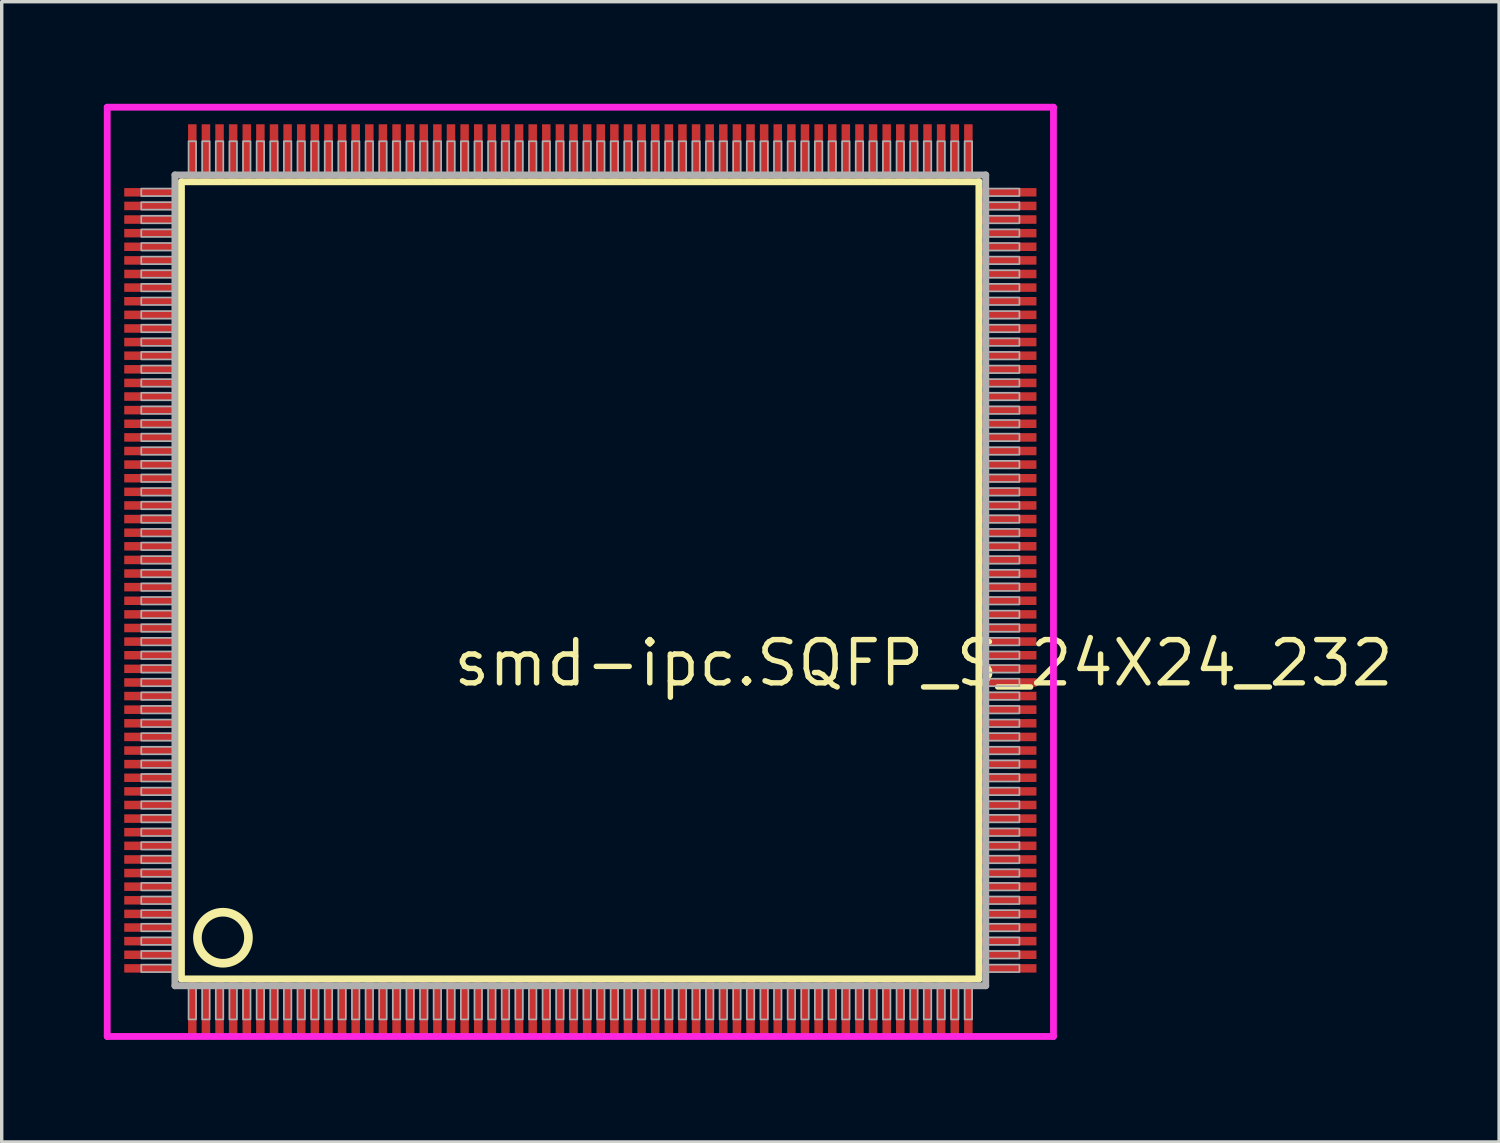
<source format=kicad_pcb>
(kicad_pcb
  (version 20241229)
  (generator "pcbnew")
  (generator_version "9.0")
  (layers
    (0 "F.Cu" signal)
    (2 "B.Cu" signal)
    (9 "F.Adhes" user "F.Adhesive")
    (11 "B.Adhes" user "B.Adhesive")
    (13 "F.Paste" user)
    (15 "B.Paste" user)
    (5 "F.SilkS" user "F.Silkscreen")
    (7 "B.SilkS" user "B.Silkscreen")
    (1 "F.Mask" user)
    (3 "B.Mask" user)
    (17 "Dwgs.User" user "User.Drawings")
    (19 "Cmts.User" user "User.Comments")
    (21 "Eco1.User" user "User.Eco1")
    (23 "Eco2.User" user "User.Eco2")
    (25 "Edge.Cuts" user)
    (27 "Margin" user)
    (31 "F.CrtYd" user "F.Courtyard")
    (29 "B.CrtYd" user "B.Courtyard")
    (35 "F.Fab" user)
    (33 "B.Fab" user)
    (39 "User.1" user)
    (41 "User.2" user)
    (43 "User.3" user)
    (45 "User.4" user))
  (footprint "smd-ipc.SQFP_S_24X24_232"
    (layer "F.Cu")
    (at 14 14)
    (property "Reference" "smd-ipc.SQFP_S_24X24_232" (at -3.81 3.175 0) (layer "F.SilkS") (effects (font (size 1.27 1.27) (thickness 0.16)) (justify left bottom)))
    (attr smd)
    (fp_line (start -11.72 -11.71) (end 11.71 -11.71) (stroke (width 0.203) (type default)) (layer "F.SilkS"))
    (fp_line (start -11.72 11.71) (end -11.72 -11.71) (stroke (width 0.203) (type default)) (layer "F.SilkS"))
    (fp_line (start 11.71 11.71) (end -11.72 11.71) (stroke (width 0.203) (type default)) (layer "F.SilkS"))
    (fp_line (start 11.71 -11.71) (end 11.71 11.71) (stroke (width 0.203) (type default)) (layer "F.SilkS"))
    (fp_circle (center -10.5 10.5) (end -9.75 10.5) (stroke (width 0.254) (type default)) (fill no) (layer "F.SilkS"))
    (fp_line (start -13.9 -13.9) (end 13.9 -13.9) (stroke (width 0.2) (type default)) (layer "F.CrtYd"))
    (fp_line (start -13.9 13.4) (end -13.9 -13.9) (stroke (width 0.2) (type default)) (layer "F.CrtYd"))
    (fp_line (start 13.9 -13.9) (end 13.9 13.4) (stroke (width 0.2) (type default)) (layer "F.CrtYd"))
    (fp_line (start 13.9 13.4) (end -13.9 13.4) (stroke (width 0.2) (type default)) (layer "F.CrtYd"))
    (fp_line (start -11.91 -11.91) (end -11.91 11.91) (stroke (width 0.203) (type default)) (layer "F.Fab"))
    (fp_line (start -11.91 11.91) (end 11.91 11.91) (stroke (width 0.203) (type default)) (layer "F.Fab"))
    (fp_line (start 11.91 -11.91) (end -11.91 -11.91) (stroke (width 0.203) (type default)) (layer "F.Fab"))
    (fp_line (start 11.91 11.91) (end 11.91 -11.91) (stroke (width 0.203) (type default)) (layer "F.Fab"))
    (fp_rect (start -12.9 -11.29) (end -11.95 -11.51) (stroke (width 0.05) (type default)) (fill no) (layer "F.Fab"))
    (fp_rect (start -12.9 -10.89) (end -11.95 -11.11) (stroke (width 0.05) (type default)) (fill no) (layer "F.Fab"))
    (fp_rect (start -12.9 -10.49) (end -11.95 -10.71) (stroke (width 0.05) (type default)) (fill no) (layer "F.Fab"))
    (fp_rect (start -12.9 -10.09) (end -11.95 -10.31) (stroke (width 0.05) (type default)) (fill no) (layer "F.Fab"))
    (fp_rect (start -12.9 -9.69) (end -11.95 -9.91) (stroke (width 0.05) (type default)) (fill no) (layer "F.Fab"))
    (fp_rect (start -12.9 -9.29) (end -11.95 -9.51) (stroke (width 0.05) (type default)) (fill no) (layer "F.Fab"))
    (fp_rect (start -12.9 -8.89) (end -11.95 -9.11) (stroke (width 0.05) (type default)) (fill no) (layer "F.Fab"))
    (fp_rect (start -12.9 -8.49) (end -11.95 -8.71) (stroke (width 0.05) (type default)) (fill no) (layer "F.Fab"))
    (fp_rect (start -12.9 -8.09) (end -11.95 -8.31) (stroke (width 0.05) (type default)) (fill no) (layer "F.Fab"))
    (fp_rect (start -12.9 -7.69) (end -11.95 -7.91) (stroke (width 0.05) (type default)) (fill no) (layer "F.Fab"))
    (fp_rect (start -12.9 -7.29) (end -11.95 -7.51) (stroke (width 0.05) (type default)) (fill no) (layer "F.Fab"))
    (fp_rect (start -12.9 -6.89) (end -11.95 -7.11) (stroke (width 0.05) (type default)) (fill no) (layer "F.Fab"))
    (fp_rect (start -12.9 -6.49) (end -11.95 -6.71) (stroke (width 0.05) (type default)) (fill no) (layer "F.Fab"))
    (fp_rect (start -12.9 -6.09) (end -11.95 -6.31) (stroke (width 0.05) (type default)) (fill no) (layer "F.Fab"))
    (fp_rect (start -12.9 -5.69) (end -11.95 -5.91) (stroke (width 0.05) (type default)) (fill no) (layer "F.Fab"))
    (fp_rect (start -12.9 -5.29) (end -11.95 -5.51) (stroke (width 0.05) (type default)) (fill no) (layer "F.Fab"))
    (fp_rect (start -12.9 -4.89) (end -11.95 -5.11) (stroke (width 0.05) (type default)) (fill no) (layer "F.Fab"))
    (fp_rect (start -12.9 -4.49) (end -11.95 -4.71) (stroke (width 0.05) (type default)) (fill no) (layer "F.Fab"))
    (fp_rect (start -12.9 -4.09) (end -11.95 -4.31) (stroke (width 0.05) (type default)) (fill no) (layer "F.Fab"))
    (fp_rect (start -12.9 -3.69) (end -11.95 -3.91) (stroke (width 0.05) (type default)) (fill no) (layer "F.Fab"))
    (fp_rect (start -12.9 -3.29) (end -11.95 -3.51) (stroke (width 0.05) (type default)) (fill no) (layer "F.Fab"))
    (fp_rect (start -12.9 -2.89) (end -11.95 -3.11) (stroke (width 0.05) (type default)) (fill no) (layer "F.Fab"))
    (fp_rect (start -12.9 -2.49) (end -11.95 -2.71) (stroke (width 0.05) (type default)) (fill no) (layer "F.Fab"))
    (fp_rect (start -12.9 -2.09) (end -11.95 -2.31) (stroke (width 0.05) (type default)) (fill no) (layer "F.Fab"))
    (fp_rect (start -12.9 -1.69) (end -11.95 -1.91) (stroke (width 0.05) (type default)) (fill no) (layer "F.Fab"))
    (fp_rect (start -12.9 -1.29) (end -11.95 -1.51) (stroke (width 0.05) (type default)) (fill no) (layer "F.Fab"))
    (fp_rect (start -12.9 -0.89) (end -11.95 -1.11) (stroke (width 0.05) (type default)) (fill no) (layer "F.Fab"))
    (fp_rect (start -12.9 -0.49) (end -11.95 -0.71) (stroke (width 0.05) (type default)) (fill no) (layer "F.Fab"))
    (fp_rect (start -12.9 -0.09) (end -11.95 -0.31) (stroke (width 0.05) (type default)) (fill no) (layer "F.Fab"))
    (fp_rect (start -12.9 0.31) (end -11.95 0.09) (stroke (width 0.05) (type default)) (fill no) (layer "F.Fab"))
    (fp_rect (start -12.9 0.71) (end -11.95 0.49) (stroke (width 0.05) (type default)) (fill no) (layer "F.Fab"))
    (fp_rect (start -12.9 1.11) (end -11.95 0.89) (stroke (width 0.05) (type default)) (fill no) (layer "F.Fab"))
    (fp_rect (start -12.9 1.51) (end -11.95 1.29) (stroke (width 0.05) (type default)) (fill no) (layer "F.Fab"))
    (fp_rect (start -12.9 1.91) (end -11.95 1.69) (stroke (width 0.05) (type default)) (fill no) (layer "F.Fab"))
    (fp_rect (start -12.9 2.31) (end -11.95 2.09) (stroke (width 0.05) (type default)) (fill no) (layer "F.Fab"))
    (fp_rect (start -12.9 2.71) (end -11.95 2.49) (stroke (width 0.05) (type default)) (fill no) (layer "F.Fab"))
    (fp_rect (start -12.9 3.11) (end -11.95 2.89) (stroke (width 0.05) (type default)) (fill no) (layer "F.Fab"))
    (fp_rect (start -12.9 3.51) (end -11.95 3.29) (stroke (width 0.05) (type default)) (fill no) (layer "F.Fab"))
    (fp_rect (start -12.9 3.91) (end -11.95 3.69) (stroke (width 0.05) (type default)) (fill no) (layer "F.Fab"))
    (fp_rect (start -12.9 4.31) (end -11.95 4.09) (stroke (width 0.05) (type default)) (fill no) (layer "F.Fab"))
    (fp_rect (start -12.9 4.71) (end -11.95 4.49) (stroke (width 0.05) (type default)) (fill no) (layer "F.Fab"))
    (fp_rect (start -12.9 5.11) (end -11.95 4.89) (stroke (width 0.05) (type default)) (fill no) (layer "F.Fab"))
    (fp_rect (start -12.9 5.51) (end -11.95 5.29) (stroke (width 0.05) (type default)) (fill no) (layer "F.Fab"))
    (fp_rect (start -12.9 5.91) (end -11.95 5.69) (stroke (width 0.05) (type default)) (fill no) (layer "F.Fab"))
    (fp_rect (start -12.9 6.31) (end -11.95 6.09) (stroke (width 0.05) (type default)) (fill no) (layer "F.Fab"))
    (fp_rect (start -12.9 6.71) (end -11.95 6.49) (stroke (width 0.05) (type default)) (fill no) (layer "F.Fab"))
    (fp_rect (start -12.9 7.11) (end -11.95 6.89) (stroke (width 0.05) (type default)) (fill no) (layer "F.Fab"))
    (fp_rect (start -12.9 7.51) (end -11.95 7.29) (stroke (width 0.05) (type default)) (fill no) (layer "F.Fab"))
    (fp_rect (start -12.9 7.91) (end -11.95 7.69) (stroke (width 0.05) (type default)) (fill no) (layer "F.Fab"))
    (fp_rect (start -12.9 8.31) (end -11.95 8.09) (stroke (width 0.05) (type default)) (fill no) (layer "F.Fab"))
    (fp_rect (start -12.9 8.71) (end -11.95 8.49) (stroke (width 0.05) (type default)) (fill no) (layer "F.Fab"))
    (fp_rect (start -12.9 9.11) (end -11.95 8.89) (stroke (width 0.05) (type default)) (fill no) (layer "F.Fab"))
    (fp_rect (start -12.9 9.51) (end -11.95 9.29) (stroke (width 0.05) (type default)) (fill no) (layer "F.Fab"))
    (fp_rect (start -12.9 9.91) (end -11.95 9.69) (stroke (width 0.05) (type default)) (fill no) (layer "F.Fab"))
    (fp_rect (start -12.9 10.31) (end -11.95 10.09) (stroke (width 0.05) (type default)) (fill no) (layer "F.Fab"))
    (fp_rect (start -12.9 10.71) (end -11.95 10.49) (stroke (width 0.05) (type default)) (fill no) (layer "F.Fab"))
    (fp_rect (start -12.9 11.11) (end -11.95 10.89) (stroke (width 0.05) (type default)) (fill no) (layer "F.Fab"))
    (fp_rect (start -12.9 11.51) (end -11.95 11.29) (stroke (width 0.05) (type default)) (fill no) (layer "F.Fab"))
    (fp_rect (start -11.51 -11.95) (end -11.29 -12.9) (stroke (width 0.05) (type default)) (fill no) (layer "F.Fab"))
    (fp_rect (start -11.51 12.9) (end -11.29 11.95) (stroke (width 0.05) (type default)) (fill no) (layer "F.Fab"))
    (fp_rect (start -11.11 -11.95) (end -10.89 -12.9) (stroke (width 0.05) (type default)) (fill no) (layer "F.Fab"))
    (fp_rect (start -11.11 12.9) (end -10.89 11.95) (stroke (width 0.05) (type default)) (fill no) (layer "F.Fab"))
    (fp_rect (start -10.71 -11.95) (end -10.49 -12.9) (stroke (width 0.05) (type default)) (fill no) (layer "F.Fab"))
    (fp_rect (start -10.71 12.9) (end -10.49 11.95) (stroke (width 0.05) (type default)) (fill no) (layer "F.Fab"))
    (fp_rect (start -10.31 -11.95) (end -10.09 -12.9) (stroke (width 0.05) (type default)) (fill no) (layer "F.Fab"))
    (fp_rect (start -10.31 12.9) (end -10.09 11.95) (stroke (width 0.05) (type default)) (fill no) (layer "F.Fab"))
    (fp_rect (start -9.91 -11.95) (end -9.69 -12.9) (stroke (width 0.05) (type default)) (fill no) (layer "F.Fab"))
    (fp_rect (start -9.91 12.9) (end -9.69 11.95) (stroke (width 0.05) (type default)) (fill no) (layer "F.Fab"))
    (fp_rect (start -9.51 -11.95) (end -9.29 -12.9) (stroke (width 0.05) (type default)) (fill no) (layer "F.Fab"))
    (fp_rect (start -9.51 12.9) (end -9.29 11.95) (stroke (width 0.05) (type default)) (fill no) (layer "F.Fab"))
    (fp_rect (start -9.11 -11.95) (end -8.89 -12.9) (stroke (width 0.05) (type default)) (fill no) (layer "F.Fab"))
    (fp_rect (start -9.11 12.9) (end -8.89 11.95) (stroke (width 0.05) (type default)) (fill no) (layer "F.Fab"))
    (fp_rect (start -8.71 -11.95) (end -8.49 -12.9) (stroke (width 0.05) (type default)) (fill no) (layer "F.Fab"))
    (fp_rect (start -8.71 12.9) (end -8.49 11.95) (stroke (width 0.05) (type default)) (fill no) (layer "F.Fab"))
    (fp_rect (start -8.31 -11.95) (end -8.09 -12.9) (stroke (width 0.05) (type default)) (fill no) (layer "F.Fab"))
    (fp_rect (start -8.31 12.9) (end -8.09 11.95) (stroke (width 0.05) (type default)) (fill no) (layer "F.Fab"))
    (fp_rect (start -7.91 -11.95) (end -7.69 -12.9) (stroke (width 0.05) (type default)) (fill no) (layer "F.Fab"))
    (fp_rect (start -7.91 12.9) (end -7.69 11.95) (stroke (width 0.05) (type default)) (fill no) (layer "F.Fab"))
    (fp_rect (start -7.51 -11.95) (end -7.29 -12.9) (stroke (width 0.05) (type default)) (fill no) (layer "F.Fab"))
    (fp_rect (start -7.51 12.9) (end -7.29 11.95) (stroke (width 0.05) (type default)) (fill no) (layer "F.Fab"))
    (fp_rect (start -7.11 -11.95) (end -6.89 -12.9) (stroke (width 0.05) (type default)) (fill no) (layer "F.Fab"))
    (fp_rect (start -7.11 12.9) (end -6.89 11.95) (stroke (width 0.05) (type default)) (fill no) (layer "F.Fab"))
    (fp_rect (start -6.71 -11.95) (end -6.49 -12.9) (stroke (width 0.05) (type default)) (fill no) (layer "F.Fab"))
    (fp_rect (start -6.71 12.9) (end -6.49 11.95) (stroke (width 0.05) (type default)) (fill no) (layer "F.Fab"))
    (fp_rect (start -6.31 -11.95) (end -6.09 -12.9) (stroke (width 0.05) (type default)) (fill no) (layer "F.Fab"))
    (fp_rect (start -6.31 12.9) (end -6.09 11.95) (stroke (width 0.05) (type default)) (fill no) (layer "F.Fab"))
    (fp_rect (start -5.91 -11.95) (end -5.69 -12.9) (stroke (width 0.05) (type default)) (fill no) (layer "F.Fab"))
    (fp_rect (start -5.91 12.9) (end -5.69 11.95) (stroke (width 0.05) (type default)) (fill no) (layer "F.Fab"))
    (fp_rect (start -5.51 -11.95) (end -5.29 -12.9) (stroke (width 0.05) (type default)) (fill no) (layer "F.Fab"))
    (fp_rect (start -5.51 12.9) (end -5.29 11.95) (stroke (width 0.05) (type default)) (fill no) (layer "F.Fab"))
    (fp_rect (start -5.11 -11.95) (end -4.89 -12.9) (stroke (width 0.05) (type default)) (fill no) (layer "F.Fab"))
    (fp_rect (start -5.11 12.9) (end -4.89 11.95) (stroke (width 0.05) (type default)) (fill no) (layer "F.Fab"))
    (fp_rect (start -4.71 -11.95) (end -4.49 -12.9) (stroke (width 0.05) (type default)) (fill no) (layer "F.Fab"))
    (fp_rect (start -4.71 12.9) (end -4.49 11.95) (stroke (width 0.05) (type default)) (fill no) (layer "F.Fab"))
    (fp_rect (start -4.31 -11.95) (end -4.09 -12.9) (stroke (width 0.05) (type default)) (fill no) (layer "F.Fab"))
    (fp_rect (start -4.31 12.9) (end -4.09 11.95) (stroke (width 0.05) (type default)) (fill no) (layer "F.Fab"))
    (fp_rect (start -3.91 -11.95) (end -3.69 -12.9) (stroke (width 0.05) (type default)) (fill no) (layer "F.Fab"))
    (fp_rect (start -3.91 12.9) (end -3.69 11.95) (stroke (width 0.05) (type default)) (fill no) (layer "F.Fab"))
    (fp_rect (start -3.51 -11.95) (end -3.29 -12.9) (stroke (width 0.05) (type default)) (fill no) (layer "F.Fab"))
    (fp_rect (start -3.51 12.9) (end -3.29 11.95) (stroke (width 0.05) (type default)) (fill no) (layer "F.Fab"))
    (fp_rect (start -3.11 -11.95) (end -2.89 -12.9) (stroke (width 0.05) (type default)) (fill no) (layer "F.Fab"))
    (fp_rect (start -3.11 12.9) (end -2.89 11.95) (stroke (width 0.05) (type default)) (fill no) (layer "F.Fab"))
    (fp_rect (start -2.71 -11.95) (end -2.49 -12.9) (stroke (width 0.05) (type default)) (fill no) (layer "F.Fab"))
    (fp_rect (start -2.71 12.9) (end -2.49 11.95) (stroke (width 0.05) (type default)) (fill no) (layer "F.Fab"))
    (fp_rect (start -2.31 -11.95) (end -2.09 -12.9) (stroke (width 0.05) (type default)) (fill no) (layer "F.Fab"))
    (fp_rect (start -2.31 12.9) (end -2.09 11.95) (stroke (width 0.05) (type default)) (fill no) (layer "F.Fab"))
    (fp_rect (start -1.91 -11.95) (end -1.69 -12.9) (stroke (width 0.05) (type default)) (fill no) (layer "F.Fab"))
    (fp_rect (start -1.91 12.9) (end -1.69 11.95) (stroke (width 0.05) (type default)) (fill no) (layer "F.Fab"))
    (fp_rect (start -1.51 -11.95) (end -1.29 -12.9) (stroke (width 0.05) (type default)) (fill no) (layer "F.Fab"))
    (fp_rect (start -1.51 12.9) (end -1.29 11.95) (stroke (width 0.05) (type default)) (fill no) (layer "F.Fab"))
    (fp_rect (start -1.11 -11.95) (end -0.89 -12.9) (stroke (width 0.05) (type default)) (fill no) (layer "F.Fab"))
    (fp_rect (start -1.11 12.9) (end -0.89 11.95) (stroke (width 0.05) (type default)) (fill no) (layer "F.Fab"))
    (fp_rect (start -0.71 -11.95) (end -0.49 -12.9) (stroke (width 0.05) (type default)) (fill no) (layer "F.Fab"))
    (fp_rect (start -0.71 12.9) (end -0.49 11.95) (stroke (width 0.05) (type default)) (fill no) (layer "F.Fab"))
    (fp_rect (start -0.31 -11.95) (end -0.09 -12.9) (stroke (width 0.05) (type default)) (fill no) (layer "F.Fab"))
    (fp_rect (start -0.31 12.9) (end -0.09 11.95) (stroke (width 0.05) (type default)) (fill no) (layer "F.Fab"))
    (fp_rect (start 0.09 -11.95) (end 0.31 -12.9) (stroke (width 0.05) (type default)) (fill no) (layer "F.Fab"))
    (fp_rect (start 0.09 12.9) (end 0.31 11.95) (stroke (width 0.05) (type default)) (fill no) (layer "F.Fab"))
    (fp_rect (start 0.49 -11.95) (end 0.71 -12.9) (stroke (width 0.05) (type default)) (fill no) (layer "F.Fab"))
    (fp_rect (start 0.49 12.9) (end 0.71 11.95) (stroke (width 0.05) (type default)) (fill no) (layer "F.Fab"))
    (fp_rect (start 0.89 -11.95) (end 1.11 -12.9) (stroke (width 0.05) (type default)) (fill no) (layer "F.Fab"))
    (fp_rect (start 0.89 12.9) (end 1.11 11.95) (stroke (width 0.05) (type default)) (fill no) (layer "F.Fab"))
    (fp_rect (start 1.29 -11.95) (end 1.51 -12.9) (stroke (width 0.05) (type default)) (fill no) (layer "F.Fab"))
    (fp_rect (start 1.29 12.9) (end 1.51 11.95) (stroke (width 0.05) (type default)) (fill no) (layer "F.Fab"))
    (fp_rect (start 1.69 -11.95) (end 1.91 -12.9) (stroke (width 0.05) (type default)) (fill no) (layer "F.Fab"))
    (fp_rect (start 1.69 12.9) (end 1.91 11.95) (stroke (width 0.05) (type default)) (fill no) (layer "F.Fab"))
    (fp_rect (start 2.09 -11.95) (end 2.31 -12.9) (stroke (width 0.05) (type default)) (fill no) (layer "F.Fab"))
    (fp_rect (start 2.09 12.9) (end 2.31 11.95) (stroke (width 0.05) (type default)) (fill no) (layer "F.Fab"))
    (fp_rect (start 2.49 -11.95) (end 2.71 -12.9) (stroke (width 0.05) (type default)) (fill no) (layer "F.Fab"))
    (fp_rect (start 2.49 12.9) (end 2.71 11.95) (stroke (width 0.05) (type default)) (fill no) (layer "F.Fab"))
    (fp_rect (start 2.89 -11.95) (end 3.11 -12.9) (stroke (width 0.05) (type default)) (fill no) (layer "F.Fab"))
    (fp_rect (start 2.89 12.9) (end 3.11 11.95) (stroke (width 0.05) (type default)) (fill no) (layer "F.Fab"))
    (fp_rect (start 3.29 -11.95) (end 3.51 -12.9) (stroke (width 0.05) (type default)) (fill no) (layer "F.Fab"))
    (fp_rect (start 3.29 12.9) (end 3.51 11.95) (stroke (width 0.05) (type default)) (fill no) (layer "F.Fab"))
    (fp_rect (start 3.69 -11.95) (end 3.91 -12.9) (stroke (width 0.05) (type default)) (fill no) (layer "F.Fab"))
    (fp_rect (start 3.69 12.9) (end 3.91 11.95) (stroke (width 0.05) (type default)) (fill no) (layer "F.Fab"))
    (fp_rect (start 4.09 -11.95) (end 4.31 -12.9) (stroke (width 0.05) (type default)) (fill no) (layer "F.Fab"))
    (fp_rect (start 4.09 12.9) (end 4.31 11.95) (stroke (width 0.05) (type default)) (fill no) (layer "F.Fab"))
    (fp_rect (start 4.49 -11.95) (end 4.71 -12.9) (stroke (width 0.05) (type default)) (fill no) (layer "F.Fab"))
    (fp_rect (start 4.49 12.9) (end 4.71 11.95) (stroke (width 0.05) (type default)) (fill no) (layer "F.Fab"))
    (fp_rect (start 4.89 -11.95) (end 5.11 -12.9) (stroke (width 0.05) (type default)) (fill no) (layer "F.Fab"))
    (fp_rect (start 4.89 12.9) (end 5.11 11.95) (stroke (width 0.05) (type default)) (fill no) (layer "F.Fab"))
    (fp_rect (start 5.29 -11.95) (end 5.51 -12.9) (stroke (width 0.05) (type default)) (fill no) (layer "F.Fab"))
    (fp_rect (start 5.29 12.9) (end 5.51 11.95) (stroke (width 0.05) (type default)) (fill no) (layer "F.Fab"))
    (fp_rect (start 5.69 -11.95) (end 5.91 -12.9) (stroke (width 0.05) (type default)) (fill no) (layer "F.Fab"))
    (fp_rect (start 5.69 12.9) (end 5.91 11.95) (stroke (width 0.05) (type default)) (fill no) (layer "F.Fab"))
    (fp_rect (start 6.09 -11.95) (end 6.31 -12.9) (stroke (width 0.05) (type default)) (fill no) (layer "F.Fab"))
    (fp_rect (start 6.09 12.9) (end 6.31 11.95) (stroke (width 0.05) (type default)) (fill no) (layer "F.Fab"))
    (fp_rect (start 6.49 -11.95) (end 6.71 -12.9) (stroke (width 0.05) (type default)) (fill no) (layer "F.Fab"))
    (fp_rect (start 6.49 12.9) (end 6.71 11.95) (stroke (width 0.05) (type default)) (fill no) (layer "F.Fab"))
    (fp_rect (start 6.89 -11.95) (end 7.11 -12.9) (stroke (width 0.05) (type default)) (fill no) (layer "F.Fab"))
    (fp_rect (start 6.89 12.9) (end 7.11 11.95) (stroke (width 0.05) (type default)) (fill no) (layer "F.Fab"))
    (fp_rect (start 7.29 -11.95) (end 7.51 -12.9) (stroke (width 0.05) (type default)) (fill no) (layer "F.Fab"))
    (fp_rect (start 7.29 12.9) (end 7.51 11.95) (stroke (width 0.05) (type default)) (fill no) (layer "F.Fab"))
    (fp_rect (start 7.69 -11.95) (end 7.91 -12.9) (stroke (width 0.05) (type default)) (fill no) (layer "F.Fab"))
    (fp_rect (start 7.69 12.9) (end 7.91 11.95) (stroke (width 0.05) (type default)) (fill no) (layer "F.Fab"))
    (fp_rect (start 8.09 -11.95) (end 8.31 -12.9) (stroke (width 0.05) (type default)) (fill no) (layer "F.Fab"))
    (fp_rect (start 8.09 12.9) (end 8.31 11.95) (stroke (width 0.05) (type default)) (fill no) (layer "F.Fab"))
    (fp_rect (start 8.49 -11.95) (end 8.71 -12.9) (stroke (width 0.05) (type default)) (fill no) (layer "F.Fab"))
    (fp_rect (start 8.49 12.9) (end 8.71 11.95) (stroke (width 0.05) (type default)) (fill no) (layer "F.Fab"))
    (fp_rect (start 8.89 -11.95) (end 9.11 -12.9) (stroke (width 0.05) (type default)) (fill no) (layer "F.Fab"))
    (fp_rect (start 8.89 12.9) (end 9.11 11.95) (stroke (width 0.05) (type default)) (fill no) (layer "F.Fab"))
    (fp_rect (start 9.29 -11.95) (end 9.51 -12.9) (stroke (width 0.05) (type default)) (fill no) (layer "F.Fab"))
    (fp_rect (start 9.29 12.9) (end 9.51 11.95) (stroke (width 0.05) (type default)) (fill no) (layer "F.Fab"))
    (fp_rect (start 9.69 -11.95) (end 9.91 -12.9) (stroke (width 0.05) (type default)) (fill no) (layer "F.Fab"))
    (fp_rect (start 9.69 12.9) (end 9.91 11.95) (stroke (width 0.05) (type default)) (fill no) (layer "F.Fab"))
    (fp_rect (start 10.09 -11.95) (end 10.31 -12.9) (stroke (width 0.05) (type default)) (fill no) (layer "F.Fab"))
    (fp_rect (start 10.09 12.9) (end 10.31 11.95) (stroke (width 0.05) (type default)) (fill no) (layer "F.Fab"))
    (fp_rect (start 10.49 -11.95) (end 10.71 -12.9) (stroke (width 0.05) (type default)) (fill no) (layer "F.Fab"))
    (fp_rect (start 10.49 12.9) (end 10.71 11.95) (stroke (width 0.05) (type default)) (fill no) (layer "F.Fab"))
    (fp_rect (start 10.89 -11.95) (end 11.11 -12.9) (stroke (width 0.05) (type default)) (fill no) (layer "F.Fab"))
    (fp_rect (start 10.89 12.9) (end 11.11 11.95) (stroke (width 0.05) (type default)) (fill no) (layer "F.Fab"))
    (fp_rect (start 11.29 -11.95) (end 11.51 -12.9) (stroke (width 0.05) (type default)) (fill no) (layer "F.Fab"))
    (fp_rect (start 11.29 12.9) (end 11.51 11.95) (stroke (width 0.05) (type default)) (fill no) (layer "F.Fab"))
    (fp_rect (start 11.95 -11.29) (end 12.9 -11.51) (stroke (width 0.05) (type default)) (fill no) (layer "F.Fab"))
    (fp_rect (start 11.95 -10.89) (end 12.9 -11.11) (stroke (width 0.05) (type default)) (fill no) (layer "F.Fab"))
    (fp_rect (start 11.95 -10.49) (end 12.9 -10.71) (stroke (width 0.05) (type default)) (fill no) (layer "F.Fab"))
    (fp_rect (start 11.95 -10.09) (end 12.9 -10.31) (stroke (width 0.05) (type default)) (fill no) (layer "F.Fab"))
    (fp_rect (start 11.95 -9.69) (end 12.9 -9.91) (stroke (width 0.05) (type default)) (fill no) (layer "F.Fab"))
    (fp_rect (start 11.95 -9.29) (end 12.9 -9.51) (stroke (width 0.05) (type default)) (fill no) (layer "F.Fab"))
    (fp_rect (start 11.95 -8.89) (end 12.9 -9.11) (stroke (width 0.05) (type default)) (fill no) (layer "F.Fab"))
    (fp_rect (start 11.95 -8.49) (end 12.9 -8.71) (stroke (width 0.05) (type default)) (fill no) (layer "F.Fab"))
    (fp_rect (start 11.95 -8.09) (end 12.9 -8.31) (stroke (width 0.05) (type default)) (fill no) (layer "F.Fab"))
    (fp_rect (start 11.95 -7.69) (end 12.9 -7.91) (stroke (width 0.05) (type default)) (fill no) (layer "F.Fab"))
    (fp_rect (start 11.95 -7.29) (end 12.9 -7.51) (stroke (width 0.05) (type default)) (fill no) (layer "F.Fab"))
    (fp_rect (start 11.95 -6.89) (end 12.9 -7.11) (stroke (width 0.05) (type default)) (fill no) (layer "F.Fab"))
    (fp_rect (start 11.95 -6.49) (end 12.9 -6.71) (stroke (width 0.05) (type default)) (fill no) (layer "F.Fab"))
    (fp_rect (start 11.95 -6.09) (end 12.9 -6.31) (stroke (width 0.05) (type default)) (fill no) (layer "F.Fab"))
    (fp_rect (start 11.95 -5.69) (end 12.9 -5.91) (stroke (width 0.05) (type default)) (fill no) (layer "F.Fab"))
    (fp_rect (start 11.95 -5.29) (end 12.9 -5.51) (stroke (width 0.05) (type default)) (fill no) (layer "F.Fab"))
    (fp_rect (start 11.95 -4.89) (end 12.9 -5.11) (stroke (width 0.05) (type default)) (fill no) (layer "F.Fab"))
    (fp_rect (start 11.95 -4.49) (end 12.9 -4.71) (stroke (width 0.05) (type default)) (fill no) (layer "F.Fab"))
    (fp_rect (start 11.95 -4.09) (end 12.9 -4.31) (stroke (width 0.05) (type default)) (fill no) (layer "F.Fab"))
    (fp_rect (start 11.95 -3.69) (end 12.9 -3.91) (stroke (width 0.05) (type default)) (fill no) (layer "F.Fab"))
    (fp_rect (start 11.95 -3.29) (end 12.9 -3.51) (stroke (width 0.05) (type default)) (fill no) (layer "F.Fab"))
    (fp_rect (start 11.95 -2.89) (end 12.9 -3.11) (stroke (width 0.05) (type default)) (fill no) (layer "F.Fab"))
    (fp_rect (start 11.95 -2.49) (end 12.9 -2.71) (stroke (width 0.05) (type default)) (fill no) (layer "F.Fab"))
    (fp_rect (start 11.95 -2.09) (end 12.9 -2.31) (stroke (width 0.05) (type default)) (fill no) (layer "F.Fab"))
    (fp_rect (start 11.95 -1.69) (end 12.9 -1.91) (stroke (width 0.05) (type default)) (fill no) (layer "F.Fab"))
    (fp_rect (start 11.95 -1.29) (end 12.9 -1.51) (stroke (width 0.05) (type default)) (fill no) (layer "F.Fab"))
    (fp_rect (start 11.95 -0.89) (end 12.9 -1.11) (stroke (width 0.05) (type default)) (fill no) (layer "F.Fab"))
    (fp_rect (start 11.95 -0.49) (end 12.9 -0.71) (stroke (width 0.05) (type default)) (fill no) (layer "F.Fab"))
    (fp_rect (start 11.95 -0.09) (end 12.9 -0.31) (stroke (width 0.05) (type default)) (fill no) (layer "F.Fab"))
    (fp_rect (start 11.95 0.31) (end 12.9 0.09) (stroke (width 0.05) (type default)) (fill no) (layer "F.Fab"))
    (fp_rect (start 11.95 0.71) (end 12.9 0.49) (stroke (width 0.05) (type default)) (fill no) (layer "F.Fab"))
    (fp_rect (start 11.95 1.11) (end 12.9 0.89) (stroke (width 0.05) (type default)) (fill no) (layer "F.Fab"))
    (fp_rect (start 11.95 1.51) (end 12.9 1.29) (stroke (width 0.05) (type default)) (fill no) (layer "F.Fab"))
    (fp_rect (start 11.95 1.91) (end 12.9 1.69) (stroke (width 0.05) (type default)) (fill no) (layer "F.Fab"))
    (fp_rect (start 11.95 2.31) (end 12.9 2.09) (stroke (width 0.05) (type default)) (fill no) (layer "F.Fab"))
    (fp_rect (start 11.95 2.71) (end 12.9 2.49) (stroke (width 0.05) (type default)) (fill no) (layer "F.Fab"))
    (fp_rect (start 11.95 3.11) (end 12.9 2.89) (stroke (width 0.05) (type default)) (fill no) (layer "F.Fab"))
    (fp_rect (start 11.95 3.51) (end 12.9 3.29) (stroke (width 0.05) (type default)) (fill no) (layer "F.Fab"))
    (fp_rect (start 11.95 3.91) (end 12.9 3.69) (stroke (width 0.05) (type default)) (fill no) (layer "F.Fab"))
    (fp_rect (start 11.95 4.31) (end 12.9 4.09) (stroke (width 0.05) (type default)) (fill no) (layer "F.Fab"))
    (fp_rect (start 11.95 4.71) (end 12.9 4.49) (stroke (width 0.05) (type default)) (fill no) (layer "F.Fab"))
    (fp_rect (start 11.95 5.11) (end 12.9 4.89) (stroke (width 0.05) (type default)) (fill no) (layer "F.Fab"))
    (fp_rect (start 11.95 5.51) (end 12.9 5.29) (stroke (width 0.05) (type default)) (fill no) (layer "F.Fab"))
    (fp_rect (start 11.95 5.91) (end 12.9 5.69) (stroke (width 0.05) (type default)) (fill no) (layer "F.Fab"))
    (fp_rect (start 11.95 6.31) (end 12.9 6.09) (stroke (width 0.05) (type default)) (fill no) (layer "F.Fab"))
    (fp_rect (start 11.95 6.71) (end 12.9 6.49) (stroke (width 0.05) (type default)) (fill no) (layer "F.Fab"))
    (fp_rect (start 11.95 7.11) (end 12.9 6.89) (stroke (width 0.05) (type default)) (fill no) (layer "F.Fab"))
    (fp_rect (start 11.95 7.51) (end 12.9 7.29) (stroke (width 0.05) (type default)) (fill no) (layer "F.Fab"))
    (fp_rect (start 11.95 7.91) (end 12.9 7.69) (stroke (width 0.05) (type default)) (fill no) (layer "F.Fab"))
    (fp_rect (start 11.95 8.31) (end 12.9 8.09) (stroke (width 0.05) (type default)) (fill no) (layer "F.Fab"))
    (fp_rect (start 11.95 8.71) (end 12.9 8.49) (stroke (width 0.05) (type default)) (fill no) (layer "F.Fab"))
    (fp_rect (start 11.95 9.11) (end 12.9 8.89) (stroke (width 0.05) (type default)) (fill no) (layer "F.Fab"))
    (fp_rect (start 11.95 9.51) (end 12.9 9.29) (stroke (width 0.05) (type default)) (fill no) (layer "F.Fab"))
    (fp_rect (start 11.95 9.91) (end 12.9 9.69) (stroke (width 0.05) (type default)) (fill no) (layer "F.Fab"))
    (fp_rect (start 11.95 10.31) (end 12.9 10.09) (stroke (width 0.05) (type default)) (fill no) (layer "F.Fab"))
    (fp_rect (start 11.95 10.71) (end 12.9 10.49) (stroke (width 0.05) (type default)) (fill no) (layer "F.Fab"))
    (fp_rect (start 11.95 11.11) (end 12.9 10.89) (stroke (width 0.05) (type default)) (fill no) (layer "F.Fab"))
    (fp_rect (start 11.95 11.51) (end 12.9 11.29) (stroke (width 0.05) (type default)) (fill no) (layer "F.Fab"))
    (pad "1" smd roundrect (at -11.4 12.6) (size 0.25 1.6) (layers "F.Cu" "F.Mask" "F.Paste") (roundrect_rratio 0.01))
    (pad "2" smd roundrect (at -11 12.6) (size 0.25 1.6) (layers "F.Cu" "F.Mask" "F.Paste") (roundrect_rratio 0.01))
    (pad "3" smd roundrect (at -10.6 12.6) (size 0.25 1.6) (layers "F.Cu" "F.Mask" "F.Paste") (roundrect_rratio 0.01))
    (pad "4" smd roundrect (at -10.2 12.6) (size 0.25 1.6) (layers "F.Cu" "F.Mask" "F.Paste") (roundrect_rratio 0.01))
    (pad "5" smd roundrect (at -9.8 12.6) (size 0.25 1.6) (layers "F.Cu" "F.Mask" "F.Paste") (roundrect_rratio 0.01))
    (pad "6" smd roundrect (at -9.4 12.6) (size 0.25 1.6) (layers "F.Cu" "F.Mask" "F.Paste") (roundrect_rratio 0.01))
    (pad "7" smd roundrect (at -9 12.6) (size 0.25 1.6) (layers "F.Cu" "F.Mask" "F.Paste") (roundrect_rratio 0.01))
    (pad "8" smd roundrect (at -8.6 12.6) (size 0.25 1.6) (layers "F.Cu" "F.Mask" "F.Paste") (roundrect_rratio 0.01))
    (pad "9" smd roundrect (at -8.2 12.6) (size 0.25 1.6) (layers "F.Cu" "F.Mask" "F.Paste") (roundrect_rratio 0.01))
    (pad "10" smd roundrect (at -7.8 12.6) (size 0.25 1.6) (layers "F.Cu" "F.Mask" "F.Paste") (roundrect_rratio 0.01))
    (pad "11" smd roundrect (at -7.4 12.6) (size 0.25 1.6) (layers "F.Cu" "F.Mask" "F.Paste") (roundrect_rratio 0.01))
    (pad "12" smd roundrect (at -7 12.6) (size 0.25 1.6) (layers "F.Cu" "F.Mask" "F.Paste") (roundrect_rratio 0.01))
    (pad "13" smd roundrect (at -6.6 12.6) (size 0.25 1.6) (layers "F.Cu" "F.Mask" "F.Paste") (roundrect_rratio 0.01))
    (pad "14" smd roundrect (at -6.2 12.6) (size 0.25 1.6) (layers "F.Cu" "F.Mask" "F.Paste") (roundrect_rratio 0.01))
    (pad "15" smd roundrect (at -5.8 12.6) (size 0.25 1.6) (layers "F.Cu" "F.Mask" "F.Paste") (roundrect_rratio 0.01))
    (pad "16" smd roundrect (at -5.4 12.6) (size 0.25 1.6) (layers "F.Cu" "F.Mask" "F.Paste") (roundrect_rratio 0.01))
    (pad "17" smd roundrect (at -5 12.6) (size 0.25 1.6) (layers "F.Cu" "F.Mask" "F.Paste") (roundrect_rratio 0.01))
    (pad "18" smd roundrect (at -4.6 12.6) (size 0.25 1.6) (layers "F.Cu" "F.Mask" "F.Paste") (roundrect_rratio 0.01))
    (pad "19" smd roundrect (at -4.2 12.6) (size 0.25 1.6) (layers "F.Cu" "F.Mask" "F.Paste") (roundrect_rratio 0.01))
    (pad "20" smd roundrect (at -3.8 12.6) (size 0.25 1.6) (layers "F.Cu" "F.Mask" "F.Paste") (roundrect_rratio 0.01))
    (pad "21" smd roundrect (at -3.4 12.6) (size 0.25 1.6) (layers "F.Cu" "F.Mask" "F.Paste") (roundrect_rratio 0.01))
    (pad "22" smd roundrect (at -3 12.6) (size 0.25 1.6) (layers "F.Cu" "F.Mask" "F.Paste") (roundrect_rratio 0.01))
    (pad "23" smd roundrect (at -2.6 12.6) (size 0.25 1.6) (layers "F.Cu" "F.Mask" "F.Paste") (roundrect_rratio 0.01))
    (pad "24" smd roundrect (at -2.2 12.6) (size 0.25 1.6) (layers "F.Cu" "F.Mask" "F.Paste") (roundrect_rratio 0.01))
    (pad "25" smd roundrect (at -1.8 12.6) (size 0.25 1.6) (layers "F.Cu" "F.Mask" "F.Paste") (roundrect_rratio 0.01))
    (pad "26" smd roundrect (at -1.4 12.6) (size 0.25 1.6) (layers "F.Cu" "F.Mask" "F.Paste") (roundrect_rratio 0.01))
    (pad "27" smd roundrect (at -1 12.6) (size 0.25 1.6) (layers "F.Cu" "F.Mask" "F.Paste") (roundrect_rratio 0.01))
    (pad "28" smd roundrect (at -0.6 12.6) (size 0.25 1.6) (layers "F.Cu" "F.Mask" "F.Paste") (roundrect_rratio 0.01))
    (pad "29" smd roundrect (at -0.2 12.6) (size 0.25 1.6) (layers "F.Cu" "F.Mask" "F.Paste") (roundrect_rratio 0.01))
    (pad "30" smd roundrect (at 0.2 12.6) (size 0.25 1.6) (layers "F.Cu" "F.Mask" "F.Paste") (roundrect_rratio 0.01))
    (pad "31" smd roundrect (at 0.6 12.6) (size 0.25 1.6) (layers "F.Cu" "F.Mask" "F.Paste") (roundrect_rratio 0.01))
    (pad "32" smd roundrect (at 1 12.6) (size 0.25 1.6) (layers "F.Cu" "F.Mask" "F.Paste") (roundrect_rratio 0.01))
    (pad "33" smd roundrect (at 1.4 12.6) (size 0.25 1.6) (layers "F.Cu" "F.Mask" "F.Paste") (roundrect_rratio 0.01))
    (pad "34" smd roundrect (at 1.8 12.6) (size 0.25 1.6) (layers "F.Cu" "F.Mask" "F.Paste") (roundrect_rratio 0.01))
    (pad "35" smd roundrect (at 2.2 12.6) (size 0.25 1.6) (layers "F.Cu" "F.Mask" "F.Paste") (roundrect_rratio 0.01))
    (pad "36" smd roundrect (at 2.6 12.6) (size 0.25 1.6) (layers "F.Cu" "F.Mask" "F.Paste") (roundrect_rratio 0.01))
    (pad "37" smd roundrect (at 3 12.6) (size 0.25 1.6) (layers "F.Cu" "F.Mask" "F.Paste") (roundrect_rratio 0.01))
    (pad "38" smd roundrect (at 3.4 12.6) (size 0.25 1.6) (layers "F.Cu" "F.Mask" "F.Paste") (roundrect_rratio 0.01))
    (pad "39" smd roundrect (at 3.8 12.6) (size 0.25 1.6) (layers "F.Cu" "F.Mask" "F.Paste") (roundrect_rratio 0.01))
    (pad "40" smd roundrect (at 4.2 12.6) (size 0.25 1.6) (layers "F.Cu" "F.Mask" "F.Paste") (roundrect_rratio 0.01))
    (pad "41" smd roundrect (at 4.6 12.6) (size 0.25 1.6) (layers "F.Cu" "F.Mask" "F.Paste") (roundrect_rratio 0.01))
    (pad "42" smd roundrect (at 5 12.6) (size 0.25 1.6) (layers "F.Cu" "F.Mask" "F.Paste") (roundrect_rratio 0.01))
    (pad "43" smd roundrect (at 5.4 12.6) (size 0.25 1.6) (layers "F.Cu" "F.Mask" "F.Paste") (roundrect_rratio 0.01))
    (pad "44" smd roundrect (at 5.8 12.6) (size 0.25 1.6) (layers "F.Cu" "F.Mask" "F.Paste") (roundrect_rratio 0.01))
    (pad "45" smd roundrect (at 6.2 12.6) (size 0.25 1.6) (layers "F.Cu" "F.Mask" "F.Paste") (roundrect_rratio 0.01))
    (pad "46" smd roundrect (at 6.6 12.6) (size 0.25 1.6) (layers "F.Cu" "F.Mask" "F.Paste") (roundrect_rratio 0.01))
    (pad "47" smd roundrect (at 7 12.6) (size 0.25 1.6) (layers "F.Cu" "F.Mask" "F.Paste") (roundrect_rratio 0.01))
    (pad "48" smd roundrect (at 7.4 12.6) (size 0.25 1.6) (layers "F.Cu" "F.Mask" "F.Paste") (roundrect_rratio 0.01))
    (pad "49" smd roundrect (at 7.8 12.6) (size 0.25 1.6) (layers "F.Cu" "F.Mask" "F.Paste") (roundrect_rratio 0.01))
    (pad "50" smd roundrect (at 8.2 12.6) (size 0.25 1.6) (layers "F.Cu" "F.Mask" "F.Paste") (roundrect_rratio 0.01))
    (pad "51" smd roundrect (at 8.6 12.6) (size 0.25 1.6) (layers "F.Cu" "F.Mask" "F.Paste") (roundrect_rratio 0.01))
    (pad "52" smd roundrect (at 9 12.6) (size 0.25 1.6) (layers "F.Cu" "F.Mask" "F.Paste") (roundrect_rratio 0.01))
    (pad "53" smd roundrect (at 9.4 12.6) (size 0.25 1.6) (layers "F.Cu" "F.Mask" "F.Paste") (roundrect_rratio 0.01))
    (pad "54" smd roundrect (at 9.8 12.6) (size 0.25 1.6) (layers "F.Cu" "F.Mask" "F.Paste") (roundrect_rratio 0.01))
    (pad "55" smd roundrect (at 10.2 12.6) (size 0.25 1.6) (layers "F.Cu" "F.Mask" "F.Paste") (roundrect_rratio 0.01))
    (pad "56" smd roundrect (at 10.6 12.6) (size 0.25 1.6) (layers "F.Cu" "F.Mask" "F.Paste") (roundrect_rratio 0.01))
    (pad "57" smd roundrect (at 11 12.6) (size 0.25 1.6) (layers "F.Cu" "F.Mask" "F.Paste") (roundrect_rratio 0.01))
    (pad "58" smd roundrect (at 11.4 12.6) (size 0.25 1.6) (layers "F.Cu" "F.Mask" "F.Paste") (roundrect_rratio 0.01))
    (pad "59" smd roundrect (at 12.6 11.4) (size 1.6 0.25) (layers "F.Cu" "F.Mask" "F.Paste") (roundrect_rratio 0.01))
    (pad "60" smd roundrect (at 12.6 11) (size 1.6 0.25) (layers "F.Cu" "F.Mask" "F.Paste") (roundrect_rratio 0.01))
    (pad "61" smd roundrect (at 12.6 10.6) (size 1.6 0.25) (layers "F.Cu" "F.Mask" "F.Paste") (roundrect_rratio 0.01))
    (pad "62" smd roundrect (at 12.6 10.2) (size 1.6 0.25) (layers "F.Cu" "F.Mask" "F.Paste") (roundrect_rratio 0.01))
    (pad "63" smd roundrect (at 12.6 9.8) (size 1.6 0.25) (layers "F.Cu" "F.Mask" "F.Paste") (roundrect_rratio 0.01))
    (pad "64" smd roundrect (at 12.6 9.4) (size 1.6 0.25) (layers "F.Cu" "F.Mask" "F.Paste") (roundrect_rratio 0.01))
    (pad "65" smd roundrect (at 12.6 9) (size 1.6 0.25) (layers "F.Cu" "F.Mask" "F.Paste") (roundrect_rratio 0.01))
    (pad "66" smd roundrect (at 12.6 8.6) (size 1.6 0.25) (layers "F.Cu" "F.Mask" "F.Paste") (roundrect_rratio 0.01))
    (pad "67" smd roundrect (at 12.6 8.2) (size 1.6 0.25) (layers "F.Cu" "F.Mask" "F.Paste") (roundrect_rratio 0.01))
    (pad "68" smd roundrect (at 12.6 7.8) (size 1.6 0.25) (layers "F.Cu" "F.Mask" "F.Paste") (roundrect_rratio 0.01))
    (pad "69" smd roundrect (at 12.6 7.4) (size 1.6 0.25) (layers "F.Cu" "F.Mask" "F.Paste") (roundrect_rratio 0.01))
    (pad "70" smd roundrect (at 12.6 7) (size 1.6 0.25) (layers "F.Cu" "F.Mask" "F.Paste") (roundrect_rratio 0.01))
    (pad "71" smd roundrect (at 12.6 6.6) (size 1.6 0.25) (layers "F.Cu" "F.Mask" "F.Paste") (roundrect_rratio 0.01))
    (pad "72" smd roundrect (at 12.6 6.2) (size 1.6 0.25) (layers "F.Cu" "F.Mask" "F.Paste") (roundrect_rratio 0.01))
    (pad "73" smd roundrect (at 12.6 5.8) (size 1.6 0.25) (layers "F.Cu" "F.Mask" "F.Paste") (roundrect_rratio 0.01))
    (pad "74" smd roundrect (at 12.6 5.4) (size 1.6 0.25) (layers "F.Cu" "F.Mask" "F.Paste") (roundrect_rratio 0.01))
    (pad "75" smd roundrect (at 12.6 5) (size 1.6 0.25) (layers "F.Cu" "F.Mask" "F.Paste") (roundrect_rratio 0.01))
    (pad "76" smd roundrect (at 12.6 4.6) (size 1.6 0.25) (layers "F.Cu" "F.Mask" "F.Paste") (roundrect_rratio 0.01))
    (pad "77" smd roundrect (at 12.6 4.2) (size 1.6 0.25) (layers "F.Cu" "F.Mask" "F.Paste") (roundrect_rratio 0.01))
    (pad "78" smd roundrect (at 12.6 3.8) (size 1.6 0.25) (layers "F.Cu" "F.Mask" "F.Paste") (roundrect_rratio 0.01))
    (pad "79" smd roundrect (at 12.6 3.4) (size 1.6 0.25) (layers "F.Cu" "F.Mask" "F.Paste") (roundrect_rratio 0.01))
    (pad "80" smd roundrect (at 12.6 3) (size 1.6 0.25) (layers "F.Cu" "F.Mask" "F.Paste") (roundrect_rratio 0.01))
    (pad "81" smd roundrect (at 12.6 2.6) (size 1.6 0.25) (layers "F.Cu" "F.Mask" "F.Paste") (roundrect_rratio 0.01))
    (pad "82" smd roundrect (at 12.6 2.2) (size 1.6 0.25) (layers "F.Cu" "F.Mask" "F.Paste") (roundrect_rratio 0.01))
    (pad "83" smd roundrect (at 12.6 1.8) (size 1.6 0.25) (layers "F.Cu" "F.Mask" "F.Paste") (roundrect_rratio 0.01))
    (pad "84" smd roundrect (at 12.6 1.4) (size 1.6 0.25) (layers "F.Cu" "F.Mask" "F.Paste") (roundrect_rratio 0.01))
    (pad "85" smd roundrect (at 12.6 1) (size 1.6 0.25) (layers "F.Cu" "F.Mask" "F.Paste") (roundrect_rratio 0.01))
    (pad "86" smd roundrect (at 12.6 0.6) (size 1.6 0.25) (layers "F.Cu" "F.Mask" "F.Paste") (roundrect_rratio 0.01))
    (pad "87" smd roundrect (at 12.6 0.2) (size 1.6 0.25) (layers "F.Cu" "F.Mask" "F.Paste") (roundrect_rratio 0.01))
    (pad "88" smd roundrect (at 12.6 -0.2) (size 1.6 0.25) (layers "F.Cu" "F.Mask" "F.Paste") (roundrect_rratio 0.01))
    (pad "89" smd roundrect (at 12.6 -0.6) (size 1.6 0.25) (layers "F.Cu" "F.Mask" "F.Paste") (roundrect_rratio 0.01))
    (pad "90" smd roundrect (at 12.6 -1) (size 1.6 0.25) (layers "F.Cu" "F.Mask" "F.Paste") (roundrect_rratio 0.01))
    (pad "91" smd roundrect (at 12.6 -1.4) (size 1.6 0.25) (layers "F.Cu" "F.Mask" "F.Paste") (roundrect_rratio 0.01))
    (pad "92" smd roundrect (at 12.6 -1.8) (size 1.6 0.25) (layers "F.Cu" "F.Mask" "F.Paste") (roundrect_rratio 0.01))
    (pad "93" smd roundrect (at 12.6 -2.2) (size 1.6 0.25) (layers "F.Cu" "F.Mask" "F.Paste") (roundrect_rratio 0.01))
    (pad "94" smd roundrect (at 12.6 -2.6) (size 1.6 0.25) (layers "F.Cu" "F.Mask" "F.Paste") (roundrect_rratio 0.01))
    (pad "95" smd roundrect (at 12.6 -3) (size 1.6 0.25) (layers "F.Cu" "F.Mask" "F.Paste") (roundrect_rratio 0.01))
    (pad "96" smd roundrect (at 12.6 -3.4) (size 1.6 0.25) (layers "F.Cu" "F.Mask" "F.Paste") (roundrect_rratio 0.01))
    (pad "97" smd roundrect (at 12.6 -3.8) (size 1.6 0.25) (layers "F.Cu" "F.Mask" "F.Paste") (roundrect_rratio 0.01))
    (pad "98" smd roundrect (at 12.6 -4.2) (size 1.6 0.25) (layers "F.Cu" "F.Mask" "F.Paste") (roundrect_rratio 0.01))
    (pad "99" smd roundrect (at 12.6 -4.6) (size 1.6 0.25) (layers "F.Cu" "F.Mask" "F.Paste") (roundrect_rratio 0.01))
    (pad "100" smd roundrect (at 12.6 -5) (size 1.6 0.25) (layers "F.Cu" "F.Mask" "F.Paste") (roundrect_rratio 0.01))
    (pad "101" smd roundrect (at 12.6 -5.4) (size 1.6 0.25) (layers "F.Cu" "F.Mask" "F.Paste") (roundrect_rratio 0.01))
    (pad "102" smd roundrect (at 12.6 -5.8) (size 1.6 0.25) (layers "F.Cu" "F.Mask" "F.Paste") (roundrect_rratio 0.01))
    (pad "103" smd roundrect (at 12.6 -6.2) (size 1.6 0.25) (layers "F.Cu" "F.Mask" "F.Paste") (roundrect_rratio 0.01))
    (pad "104" smd roundrect (at 12.6 -6.6) (size 1.6 0.25) (layers "F.Cu" "F.Mask" "F.Paste") (roundrect_rratio 0.01))
    (pad "105" smd roundrect (at 12.6 -7) (size 1.6 0.25) (layers "F.Cu" "F.Mask" "F.Paste") (roundrect_rratio 0.01))
    (pad "106" smd roundrect (at 12.6 -7.4) (size 1.6 0.25) (layers "F.Cu" "F.Mask" "F.Paste") (roundrect_rratio 0.01))
    (pad "107" smd roundrect (at 12.6 -7.8) (size 1.6 0.25) (layers "F.Cu" "F.Mask" "F.Paste") (roundrect_rratio 0.01))
    (pad "108" smd roundrect (at 12.6 -8.2) (size 1.6 0.25) (layers "F.Cu" "F.Mask" "F.Paste") (roundrect_rratio 0.01))
    (pad "109" smd roundrect (at 12.6 -8.6) (size 1.6 0.25) (layers "F.Cu" "F.Mask" "F.Paste") (roundrect_rratio 0.01))
    (pad "110" smd roundrect (at 12.6 -9) (size 1.6 0.25) (layers "F.Cu" "F.Mask" "F.Paste") (roundrect_rratio 0.01))
    (pad "111" smd roundrect (at 12.6 -9.4) (size 1.6 0.25) (layers "F.Cu" "F.Mask" "F.Paste") (roundrect_rratio 0.01))
    (pad "112" smd roundrect (at 12.6 -9.8) (size 1.6 0.25) (layers "F.Cu" "F.Mask" "F.Paste") (roundrect_rratio 0.01))
    (pad "113" smd roundrect (at 12.6 -10.2) (size 1.6 0.25) (layers "F.Cu" "F.Mask" "F.Paste") (roundrect_rratio 0.01))
    (pad "114" smd roundrect (at 12.6 -10.6) (size 1.6 0.25) (layers "F.Cu" "F.Mask" "F.Paste") (roundrect_rratio 0.01))
    (pad "115" smd roundrect (at 12.6 -11) (size 1.6 0.25) (layers "F.Cu" "F.Mask" "F.Paste") (roundrect_rratio 0.01))
    (pad "116" smd roundrect (at 12.6 -11.4) (size 1.6 0.25) (layers "F.Cu" "F.Mask" "F.Paste") (roundrect_rratio 0.01))
    (pad "117" smd roundrect (at 11.4 -12.6) (size 0.25 1.6) (layers "F.Cu" "F.Mask" "F.Paste") (roundrect_rratio 0.01))
    (pad "118" smd roundrect (at 11 -12.6) (size 0.25 1.6) (layers "F.Cu" "F.Mask" "F.Paste") (roundrect_rratio 0.01))
    (pad "119" smd roundrect (at 10.6 -12.6) (size 0.25 1.6) (layers "F.Cu" "F.Mask" "F.Paste") (roundrect_rratio 0.01))
    (pad "120" smd roundrect (at 10.2 -12.6) (size 0.25 1.6) (layers "F.Cu" "F.Mask" "F.Paste") (roundrect_rratio 0.01))
    (pad "121" smd roundrect (at 9.8 -12.6) (size 0.25 1.6) (layers "F.Cu" "F.Mask" "F.Paste") (roundrect_rratio 0.01))
    (pad "122" smd roundrect (at 9.4 -12.6) (size 0.25 1.6) (layers "F.Cu" "F.Mask" "F.Paste") (roundrect_rratio 0.01))
    (pad "123" smd roundrect (at 9 -12.6) (size 0.25 1.6) (layers "F.Cu" "F.Mask" "F.Paste") (roundrect_rratio 0.01))
    (pad "124" smd roundrect (at 8.6 -12.6) (size 0.25 1.6) (layers "F.Cu" "F.Mask" "F.Paste") (roundrect_rratio 0.01))
    (pad "125" smd roundrect (at 8.2 -12.6) (size 0.25 1.6) (layers "F.Cu" "F.Mask" "F.Paste") (roundrect_rratio 0.01))
    (pad "126" smd roundrect (at 7.8 -12.6) (size 0.25 1.6) (layers "F.Cu" "F.Mask" "F.Paste") (roundrect_rratio 0.01))
    (pad "127" smd roundrect (at 7.4 -12.6) (size 0.25 1.6) (layers "F.Cu" "F.Mask" "F.Paste") (roundrect_rratio 0.01))
    (pad "128" smd roundrect (at 7 -12.6) (size 0.25 1.6) (layers "F.Cu" "F.Mask" "F.Paste") (roundrect_rratio 0.01))
    (pad "129" smd roundrect (at 6.6 -12.6) (size 0.25 1.6) (layers "F.Cu" "F.Mask" "F.Paste") (roundrect_rratio 0.01))
    (pad "130" smd roundrect (at 6.2 -12.6) (size 0.25 1.6) (layers "F.Cu" "F.Mask" "F.Paste") (roundrect_rratio 0.01))
    (pad "131" smd roundrect (at 5.8 -12.6) (size 0.25 1.6) (layers "F.Cu" "F.Mask" "F.Paste") (roundrect_rratio 0.01))
    (pad "132" smd roundrect (at 5.4 -12.6) (size 0.25 1.6) (layers "F.Cu" "F.Mask" "F.Paste") (roundrect_rratio 0.01))
    (pad "133" smd roundrect (at 5 -12.6) (size 0.25 1.6) (layers "F.Cu" "F.Mask" "F.Paste") (roundrect_rratio 0.01))
    (pad "134" smd roundrect (at 4.6 -12.6) (size 0.25 1.6) (layers "F.Cu" "F.Mask" "F.Paste") (roundrect_rratio 0.01))
    (pad "135" smd roundrect (at 4.2 -12.6) (size 0.25 1.6) (layers "F.Cu" "F.Mask" "F.Paste") (roundrect_rratio 0.01))
    (pad "136" smd roundrect (at 3.8 -12.6) (size 0.25 1.6) (layers "F.Cu" "F.Mask" "F.Paste") (roundrect_rratio 0.01))
    (pad "137" smd roundrect (at 3.4 -12.6) (size 0.25 1.6) (layers "F.Cu" "F.Mask" "F.Paste") (roundrect_rratio 0.01))
    (pad "138" smd roundrect (at 3 -12.6) (size 0.25 1.6) (layers "F.Cu" "F.Mask" "F.Paste") (roundrect_rratio 0.01))
    (pad "139" smd roundrect (at 2.6 -12.6) (size 0.25 1.6) (layers "F.Cu" "F.Mask" "F.Paste") (roundrect_rratio 0.01))
    (pad "140" smd roundrect (at 2.2 -12.6) (size 0.25 1.6) (layers "F.Cu" "F.Mask" "F.Paste") (roundrect_rratio 0.01))
    (pad "141" smd roundrect (at 1.8 -12.6) (size 0.25 1.6) (layers "F.Cu" "F.Mask" "F.Paste") (roundrect_rratio 0.01))
    (pad "142" smd roundrect (at 1.4 -12.6) (size 0.25 1.6) (layers "F.Cu" "F.Mask" "F.Paste") (roundrect_rratio 0.01))
    (pad "143" smd roundrect (at 1 -12.6) (size 0.25 1.6) (layers "F.Cu" "F.Mask" "F.Paste") (roundrect_rratio 0.01))
    (pad "144" smd roundrect (at 0.6 -12.6) (size 0.25 1.6) (layers "F.Cu" "F.Mask" "F.Paste") (roundrect_rratio 0.01))
    (pad "145" smd roundrect (at 0.2 -12.6) (size 0.25 1.6) (layers "F.Cu" "F.Mask" "F.Paste") (roundrect_rratio 0.01))
    (pad "146" smd roundrect (at -0.2 -12.6) (size 0.25 1.6) (layers "F.Cu" "F.Mask" "F.Paste") (roundrect_rratio 0.01))
    (pad "147" smd roundrect (at -0.6 -12.6) (size 0.25 1.6) (layers "F.Cu" "F.Mask" "F.Paste") (roundrect_rratio 0.01))
    (pad "148" smd roundrect (at -1 -12.6) (size 0.25 1.6) (layers "F.Cu" "F.Mask" "F.Paste") (roundrect_rratio 0.01))
    (pad "149" smd roundrect (at -1.4 -12.6) (size 0.25 1.6) (layers "F.Cu" "F.Mask" "F.Paste") (roundrect_rratio 0.01))
    (pad "150" smd roundrect (at -1.8 -12.6) (size 0.25 1.6) (layers "F.Cu" "F.Mask" "F.Paste") (roundrect_rratio 0.01))
    (pad "151" smd roundrect (at -2.2 -12.6) (size 0.25 1.6) (layers "F.Cu" "F.Mask" "F.Paste") (roundrect_rratio 0.01))
    (pad "152" smd roundrect (at -2.6 -12.6) (size 0.25 1.6) (layers "F.Cu" "F.Mask" "F.Paste") (roundrect_rratio 0.01))
    (pad "153" smd roundrect (at -3 -12.6) (size 0.25 1.6) (layers "F.Cu" "F.Mask" "F.Paste") (roundrect_rratio 0.01))
    (pad "154" smd roundrect (at -3.4 -12.6) (size 0.25 1.6) (layers "F.Cu" "F.Mask" "F.Paste") (roundrect_rratio 0.01))
    (pad "155" smd roundrect (at -3.8 -12.6) (size 0.25 1.6) (layers "F.Cu" "F.Mask" "F.Paste") (roundrect_rratio 0.01))
    (pad "156" smd roundrect (at -4.2 -12.6) (size 0.25 1.6) (layers "F.Cu" "F.Mask" "F.Paste") (roundrect_rratio 0.01))
    (pad "157" smd roundrect (at -4.6 -12.6) (size 0.25 1.6) (layers "F.Cu" "F.Mask" "F.Paste") (roundrect_rratio 0.01))
    (pad "158" smd roundrect (at -5 -12.6) (size 0.25 1.6) (layers "F.Cu" "F.Mask" "F.Paste") (roundrect_rratio 0.01))
    (pad "159" smd roundrect (at -5.4 -12.6) (size 0.25 1.6) (layers "F.Cu" "F.Mask" "F.Paste") (roundrect_rratio 0.01))
    (pad "160" smd roundrect (at -5.8 -12.6) (size 0.25 1.6) (layers "F.Cu" "F.Mask" "F.Paste") (roundrect_rratio 0.01))
    (pad "161" smd roundrect (at -6.2 -12.6) (size 0.25 1.6) (layers "F.Cu" "F.Mask" "F.Paste") (roundrect_rratio 0.01))
    (pad "162" smd roundrect (at -6.6 -12.6) (size 0.25 1.6) (layers "F.Cu" "F.Mask" "F.Paste") (roundrect_rratio 0.01))
    (pad "163" smd roundrect (at -7 -12.6) (size 0.25 1.6) (layers "F.Cu" "F.Mask" "F.Paste") (roundrect_rratio 0.01))
    (pad "164" smd roundrect (at -7.4 -12.6) (size 0.25 1.6) (layers "F.Cu" "F.Mask" "F.Paste") (roundrect_rratio 0.01))
    (pad "165" smd roundrect (at -7.8 -12.6) (size 0.25 1.6) (layers "F.Cu" "F.Mask" "F.Paste") (roundrect_rratio 0.01))
    (pad "166" smd roundrect (at -8.2 -12.6) (size 0.25 1.6) (layers "F.Cu" "F.Mask" "F.Paste") (roundrect_rratio 0.01))
    (pad "167" smd roundrect (at -8.6 -12.6) (size 0.25 1.6) (layers "F.Cu" "F.Mask" "F.Paste") (roundrect_rratio 0.01))
    (pad "168" smd roundrect (at -9 -12.6) (size 0.25 1.6) (layers "F.Cu" "F.Mask" "F.Paste") (roundrect_rratio 0.01))
    (pad "169" smd roundrect (at -9.4 -12.6) (size 0.25 1.6) (layers "F.Cu" "F.Mask" "F.Paste") (roundrect_rratio 0.01))
    (pad "170" smd roundrect (at -9.8 -12.6) (size 0.25 1.6) (layers "F.Cu" "F.Mask" "F.Paste") (roundrect_rratio 0.01))
    (pad "171" smd roundrect (at -10.2 -12.6) (size 0.25 1.6) (layers "F.Cu" "F.Mask" "F.Paste") (roundrect_rratio 0.01))
    (pad "172" smd roundrect (at -10.6 -12.6) (size 0.25 1.6) (layers "F.Cu" "F.Mask" "F.Paste") (roundrect_rratio 0.01))
    (pad "173" smd roundrect (at -11 -12.6) (size 0.25 1.6) (layers "F.Cu" "F.Mask" "F.Paste") (roundrect_rratio 0.01))
    (pad "174" smd roundrect (at -11.4 -12.6) (size 0.25 1.6) (layers "F.Cu" "F.Mask" "F.Paste") (roundrect_rratio 0.01))
    (pad "175" smd roundrect (at -12.6 -11.4) (size 1.6 0.25) (layers "F.Cu" "F.Mask" "F.Paste") (roundrect_rratio 0.01))
    (pad "176" smd roundrect (at -12.6 -11) (size 1.6 0.25) (layers "F.Cu" "F.Mask" "F.Paste") (roundrect_rratio 0.01))
    (pad "177" smd roundrect (at -12.6 -10.6) (size 1.6 0.25) (layers "F.Cu" "F.Mask" "F.Paste") (roundrect_rratio 0.01))
    (pad "178" smd roundrect (at -12.6 -10.2) (size 1.6 0.25) (layers "F.Cu" "F.Mask" "F.Paste") (roundrect_rratio 0.01))
    (pad "179" smd roundrect (at -12.6 -9.8) (size 1.6 0.25) (layers "F.Cu" "F.Mask" "F.Paste") (roundrect_rratio 0.01))
    (pad "180" smd roundrect (at -12.6 -9.4) (size 1.6 0.25) (layers "F.Cu" "F.Mask" "F.Paste") (roundrect_rratio 0.01))
    (pad "181" smd roundrect (at -12.6 -9) (size 1.6 0.25) (layers "F.Cu" "F.Mask" "F.Paste") (roundrect_rratio 0.01))
    (pad "182" smd roundrect (at -12.6 -8.6) (size 1.6 0.25) (layers "F.Cu" "F.Mask" "F.Paste") (roundrect_rratio 0.01))
    (pad "183" smd roundrect (at -12.6 -8.2) (size 1.6 0.25) (layers "F.Cu" "F.Mask" "F.Paste") (roundrect_rratio 0.01))
    (pad "184" smd roundrect (at -12.6 -7.8) (size 1.6 0.25) (layers "F.Cu" "F.Mask" "F.Paste") (roundrect_rratio 0.01))
    (pad "185" smd roundrect (at -12.6 -7.4) (size 1.6 0.25) (layers "F.Cu" "F.Mask" "F.Paste") (roundrect_rratio 0.01))
    (pad "186" smd roundrect (at -12.6 -7) (size 1.6 0.25) (layers "F.Cu" "F.Mask" "F.Paste") (roundrect_rratio 0.01))
    (pad "187" smd roundrect (at -12.6 -6.6) (size 1.6 0.25) (layers "F.Cu" "F.Mask" "F.Paste") (roundrect_rratio 0.01))
    (pad "188" smd roundrect (at -12.6 -6.2) (size 1.6 0.25) (layers "F.Cu" "F.Mask" "F.Paste") (roundrect_rratio 0.01))
    (pad "189" smd roundrect (at -12.6 -5.8) (size 1.6 0.25) (layers "F.Cu" "F.Mask" "F.Paste") (roundrect_rratio 0.01))
    (pad "190" smd roundrect (at -12.6 -5.4) (size 1.6 0.25) (layers "F.Cu" "F.Mask" "F.Paste") (roundrect_rratio 0.01))
    (pad "191" smd roundrect (at -12.6 -5) (size 1.6 0.25) (layers "F.Cu" "F.Mask" "F.Paste") (roundrect_rratio 0.01))
    (pad "192" smd roundrect (at -12.6 -4.6) (size 1.6 0.25) (layers "F.Cu" "F.Mask" "F.Paste") (roundrect_rratio 0.01))
    (pad "193" smd roundrect (at -12.6 -4.2) (size 1.6 0.25) (layers "F.Cu" "F.Mask" "F.Paste") (roundrect_rratio 0.01))
    (pad "194" smd roundrect (at -12.6 -3.8) (size 1.6 0.25) (layers "F.Cu" "F.Mask" "F.Paste") (roundrect_rratio 0.01))
    (pad "195" smd roundrect (at -12.6 -3.4) (size 1.6 0.25) (layers "F.Cu" "F.Mask" "F.Paste") (roundrect_rratio 0.01))
    (pad "196" smd roundrect (at -12.6 -3) (size 1.6 0.25) (layers "F.Cu" "F.Mask" "F.Paste") (roundrect_rratio 0.01))
    (pad "197" smd roundrect (at -12.6 -2.6) (size 1.6 0.25) (layers "F.Cu" "F.Mask" "F.Paste") (roundrect_rratio 0.01))
    (pad "198" smd roundrect (at -12.6 -2.2) (size 1.6 0.25) (layers "F.Cu" "F.Mask" "F.Paste") (roundrect_rratio 0.01))
    (pad "199" smd roundrect (at -12.6 -1.8) (size 1.6 0.25) (layers "F.Cu" "F.Mask" "F.Paste") (roundrect_rratio 0.01))
    (pad "200" smd roundrect (at -12.6 -1.4) (size 1.6 0.25) (layers "F.Cu" "F.Mask" "F.Paste") (roundrect_rratio 0.01))
    (pad "201" smd roundrect (at -12.6 -1) (size 1.6 0.25) (layers "F.Cu" "F.Mask" "F.Paste") (roundrect_rratio 0.01))
    (pad "202" smd roundrect (at -12.6 -0.6) (size 1.6 0.25) (layers "F.Cu" "F.Mask" "F.Paste") (roundrect_rratio 0.01))
    (pad "203" smd roundrect (at -12.6 -0.2) (size 1.6 0.25) (layers "F.Cu" "F.Mask" "F.Paste") (roundrect_rratio 0.01))
    (pad "204" smd roundrect (at -12.6 0.2) (size 1.6 0.25) (layers "F.Cu" "F.Mask" "F.Paste") (roundrect_rratio 0.01))
    (pad "205" smd roundrect (at -12.6 0.6) (size 1.6 0.25) (layers "F.Cu" "F.Mask" "F.Paste") (roundrect_rratio 0.01))
    (pad "206" smd roundrect (at -12.6 1) (size 1.6 0.25) (layers "F.Cu" "F.Mask" "F.Paste") (roundrect_rratio 0.01))
    (pad "207" smd roundrect (at -12.6 1.4) (size 1.6 0.25) (layers "F.Cu" "F.Mask" "F.Paste") (roundrect_rratio 0.01))
    (pad "208" smd roundrect (at -12.6 1.8) (size 1.6 0.25) (layers "F.Cu" "F.Mask" "F.Paste") (roundrect_rratio 0.01))
    (pad "209" smd roundrect (at -12.6 2.2) (size 1.6 0.25) (layers "F.Cu" "F.Mask" "F.Paste") (roundrect_rratio 0.01))
    (pad "210" smd roundrect (at -12.6 2.6) (size 1.6 0.25) (layers "F.Cu" "F.Mask" "F.Paste") (roundrect_rratio 0.01))
    (pad "211" smd roundrect (at -12.6 3) (size 1.6 0.25) (layers "F.Cu" "F.Mask" "F.Paste") (roundrect_rratio 0.01))
    (pad "212" smd roundrect (at -12.6 3.4) (size 1.6 0.25) (layers "F.Cu" "F.Mask" "F.Paste") (roundrect_rratio 0.01))
    (pad "213" smd roundrect (at -12.6 3.8) (size 1.6 0.25) (layers "F.Cu" "F.Mask" "F.Paste") (roundrect_rratio 0.01))
    (pad "214" smd roundrect (at -12.6 4.2) (size 1.6 0.25) (layers "F.Cu" "F.Mask" "F.Paste") (roundrect_rratio 0.01))
    (pad "215" smd roundrect (at -12.6 4.6) (size 1.6 0.25) (layers "F.Cu" "F.Mask" "F.Paste") (roundrect_rratio 0.01))
    (pad "216" smd roundrect (at -12.6 5) (size 1.6 0.25) (layers "F.Cu" "F.Mask" "F.Paste") (roundrect_rratio 0.01))
    (pad "217" smd roundrect (at -12.6 5.4) (size 1.6 0.25) (layers "F.Cu" "F.Mask" "F.Paste") (roundrect_rratio 0.01))
    (pad "218" smd roundrect (at -12.6 5.8) (size 1.6 0.25) (layers "F.Cu" "F.Mask" "F.Paste") (roundrect_rratio 0.01))
    (pad "219" smd roundrect (at -12.6 6.2) (size 1.6 0.25) (layers "F.Cu" "F.Mask" "F.Paste") (roundrect_rratio 0.01))
    (pad "220" smd roundrect (at -12.6 6.6) (size 1.6 0.25) (layers "F.Cu" "F.Mask" "F.Paste") (roundrect_rratio 0.01))
    (pad "221" smd roundrect (at -12.6 7) (size 1.6 0.25) (layers "F.Cu" "F.Mask" "F.Paste") (roundrect_rratio 0.01))
    (pad "222" smd roundrect (at -12.6 7.4) (size 1.6 0.25) (layers "F.Cu" "F.Mask" "F.Paste") (roundrect_rratio 0.01))
    (pad "223" smd roundrect (at -12.6 7.8) (size 1.6 0.25) (layers "F.Cu" "F.Mask" "F.Paste") (roundrect_rratio 0.01))
    (pad "224" smd roundrect (at -12.6 8.2) (size 1.6 0.25) (layers "F.Cu" "F.Mask" "F.Paste") (roundrect_rratio 0.01))
    (pad "225" smd roundrect (at -12.6 8.6) (size 1.6 0.25) (layers "F.Cu" "F.Mask" "F.Paste") (roundrect_rratio 0.01))
    (pad "226" smd roundrect (at -12.6 9) (size 1.6 0.25) (layers "F.Cu" "F.Mask" "F.Paste") (roundrect_rratio 0.01))
    (pad "227" smd roundrect (at -12.6 9.4) (size 1.6 0.25) (layers "F.Cu" "F.Mask" "F.Paste") (roundrect_rratio 0.01))
    (pad "228" smd roundrect (at -12.6 9.8) (size 1.6 0.25) (layers "F.Cu" "F.Mask" "F.Paste") (roundrect_rratio 0.01))
    (pad "229" smd roundrect (at -12.6 10.2) (size 1.6 0.25) (layers "F.Cu" "F.Mask" "F.Paste") (roundrect_rratio 0.01))
    (pad "230" smd roundrect (at -12.6 10.6) (size 1.6 0.25) (layers "F.Cu" "F.Mask" "F.Paste") (roundrect_rratio 0.01))
    (pad "231" smd roundrect (at -12.6 11) (size 1.6 0.25) (layers "F.Cu" "F.Mask" "F.Paste") (roundrect_rratio 0.01))
    (pad "232" smd roundrect (at -12.6 11.4) (size 1.6 0.25) (layers "F.Cu" "F.Mask" "F.Paste") (roundrect_rratio 0.01)))
  (gr_rect
    (start -3 -3)
    (end 40.993 30.5)
    (stroke (width 0.1) (type default))
    (fill no)
    (layer "Edge.Cuts")))
</source>
